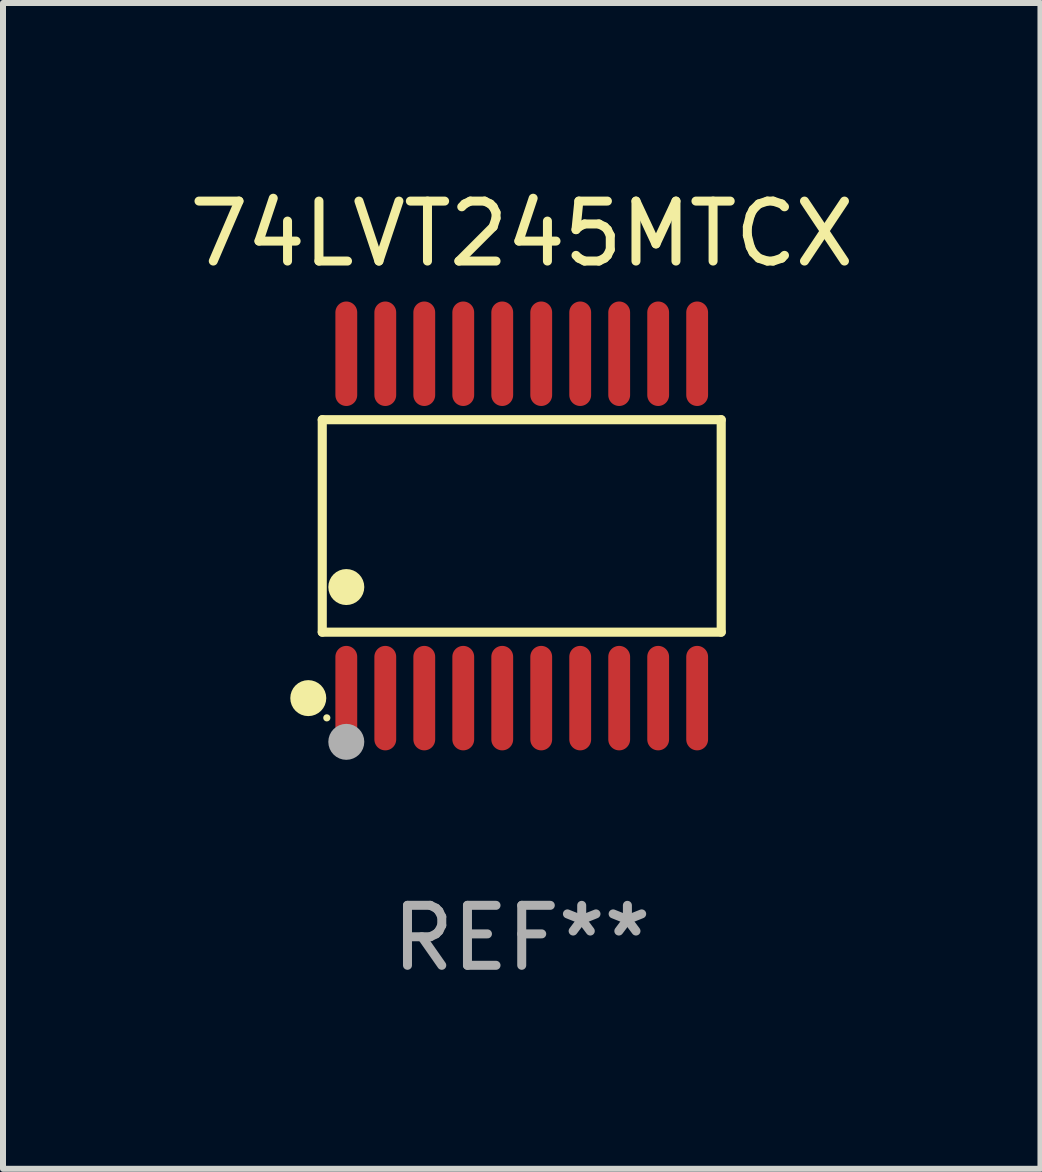
<source format=kicad_pcb>
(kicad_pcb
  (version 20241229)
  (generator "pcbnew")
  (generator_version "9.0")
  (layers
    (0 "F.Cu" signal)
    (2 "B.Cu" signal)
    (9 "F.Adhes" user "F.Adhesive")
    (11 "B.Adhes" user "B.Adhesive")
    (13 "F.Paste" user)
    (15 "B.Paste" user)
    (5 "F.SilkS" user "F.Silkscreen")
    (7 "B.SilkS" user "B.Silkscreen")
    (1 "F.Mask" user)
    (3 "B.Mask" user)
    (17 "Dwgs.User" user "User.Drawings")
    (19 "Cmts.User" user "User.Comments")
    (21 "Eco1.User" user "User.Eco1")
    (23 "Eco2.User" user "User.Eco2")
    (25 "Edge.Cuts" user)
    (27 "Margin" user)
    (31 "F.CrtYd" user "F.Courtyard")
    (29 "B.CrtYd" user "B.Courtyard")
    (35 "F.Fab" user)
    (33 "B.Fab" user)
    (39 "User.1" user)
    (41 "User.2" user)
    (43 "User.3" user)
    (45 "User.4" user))
  (footprint "74LVT245MTCX"
    (layer "F.Cu")
    (at 5.649 5.719)
    (property "Reference" "74LVT245MTCX" (at 0 -4.871 0) (layer "F.SilkS") (effects (font (size 1 1) (thickness 0.15))))
    (attr through_hole)
    (fp_line (start -3.326 -1.771) (end 3.326 -1.771) (stroke (width 0.152) (type solid)) (layer "F.SilkS"))
    (fp_line (start -3.326 1.771) (end -3.326 -1.771) (stroke (width 0.152) (type solid)) (layer "F.SilkS"))
    (fp_line (start 3.326 -1.771) (end 3.326 1.771) (stroke (width 0.152) (type solid)) (layer "F.SilkS"))
    (fp_line (start 3.326 1.771) (end -3.326 1.771) (stroke (width 0.152) (type solid)) (layer "F.SilkS"))
    (fp_circle (center -3.559 2.871) (end -3.409 2.871) (stroke (width 0.3) (type solid)) (fill no) (layer "F.SilkS"))
    (fp_circle (center -3.25 3.2) (end -3.22 3.2) (stroke (width 0.06) (type solid)) (fill no) (layer "F.SilkS"))
    (fp_circle (center -2.925 1.019) (end -2.775 1.019) (stroke (width 0.3) (type solid)) (fill no) (layer "F.SilkS"))
    (fp_circle (center -2.925 3.6) (end -2.775 3.6) (stroke (width 0.3) (type solid)) (fill no) (layer "F.Fab"))
    (fp_text user "REF**" (at 0 6.871 0) (layer "F.Fab") (effects (font (size 1 1) (thickness 0.15))))
    (pad "1" smd oval (at -2.925 2.871) (size 0.364 1.742) (layers "F.Cu" "F.Mask" "F.Paste"))
    (pad "2" smd oval (at -2.275 2.871) (size 0.364 1.742) (layers "F.Cu" "F.Mask" "F.Paste"))
    (pad "3" smd oval (at -1.625 2.871) (size 0.364 1.742) (layers "F.Cu" "F.Mask" "F.Paste"))
    (pad "4" smd oval (at -0.975 2.871) (size 0.364 1.742) (layers "F.Cu" "F.Mask" "F.Paste"))
    (pad "5" smd oval (at -0.325 2.871) (size 0.364 1.742) (layers "F.Cu" "F.Mask" "F.Paste"))
    (pad "6" smd oval (at 0.325 2.871) (size 0.364 1.742) (layers "F.Cu" "F.Mask" "F.Paste"))
    (pad "7" smd oval (at 0.975 2.871) (size 0.364 1.742) (layers "F.Cu" "F.Mask" "F.Paste"))
    (pad "8" smd oval (at 1.625 2.871) (size 0.364 1.742) (layers "F.Cu" "F.Mask" "F.Paste"))
    (pad "9" smd oval (at 2.275 2.871) (size 0.364 1.742) (layers "F.Cu" "F.Mask" "F.Paste"))
    (pad "10" smd oval (at 2.925 2.871) (size 0.364 1.742) (layers "F.Cu" "F.Mask" "F.Paste"))
    (pad "11" smd oval (at 2.925 -2.871) (size 0.364 1.742) (layers "F.Cu" "F.Mask" "F.Paste"))
    (pad "12" smd oval (at 2.275 -2.871) (size 0.364 1.742) (layers "F.Cu" "F.Mask" "F.Paste"))
    (pad "13" smd oval (at 1.625 -2.871) (size 0.364 1.742) (layers "F.Cu" "F.Mask" "F.Paste"))
    (pad "14" smd oval (at 0.975 -2.871) (size 0.364 1.742) (layers "F.Cu" "F.Mask" "F.Paste"))
    (pad "15" smd oval (at 0.325 -2.871) (size 0.364 1.742) (layers "F.Cu" "F.Mask" "F.Paste"))
    (pad "16" smd oval (at -0.325 -2.871) (size 0.364 1.742) (layers "F.Cu" "F.Mask" "F.Paste"))
    (pad "17" smd oval (at -0.975 -2.871) (size 0.364 1.742) (layers "F.Cu" "F.Mask" "F.Paste"))
    (pad "18" smd oval (at -1.625 -2.871) (size 0.364 1.742) (layers "F.Cu" "F.Mask" "F.Paste"))
    (pad "19" smd oval (at -2.275 -2.871) (size 0.364 1.742) (layers "F.Cu" "F.Mask" "F.Paste"))
    (pad "20" smd oval (at -2.925 -2.871) (size 0.364 1.742) (layers "F.Cu" "F.Mask" "F.Paste")))
  (gr_rect
    (start -3 -3)
    (end 14.298 16.438)
    (stroke (width 0.1) (type default))
    (fill no)
    (layer "Edge.Cuts")))
</source>
